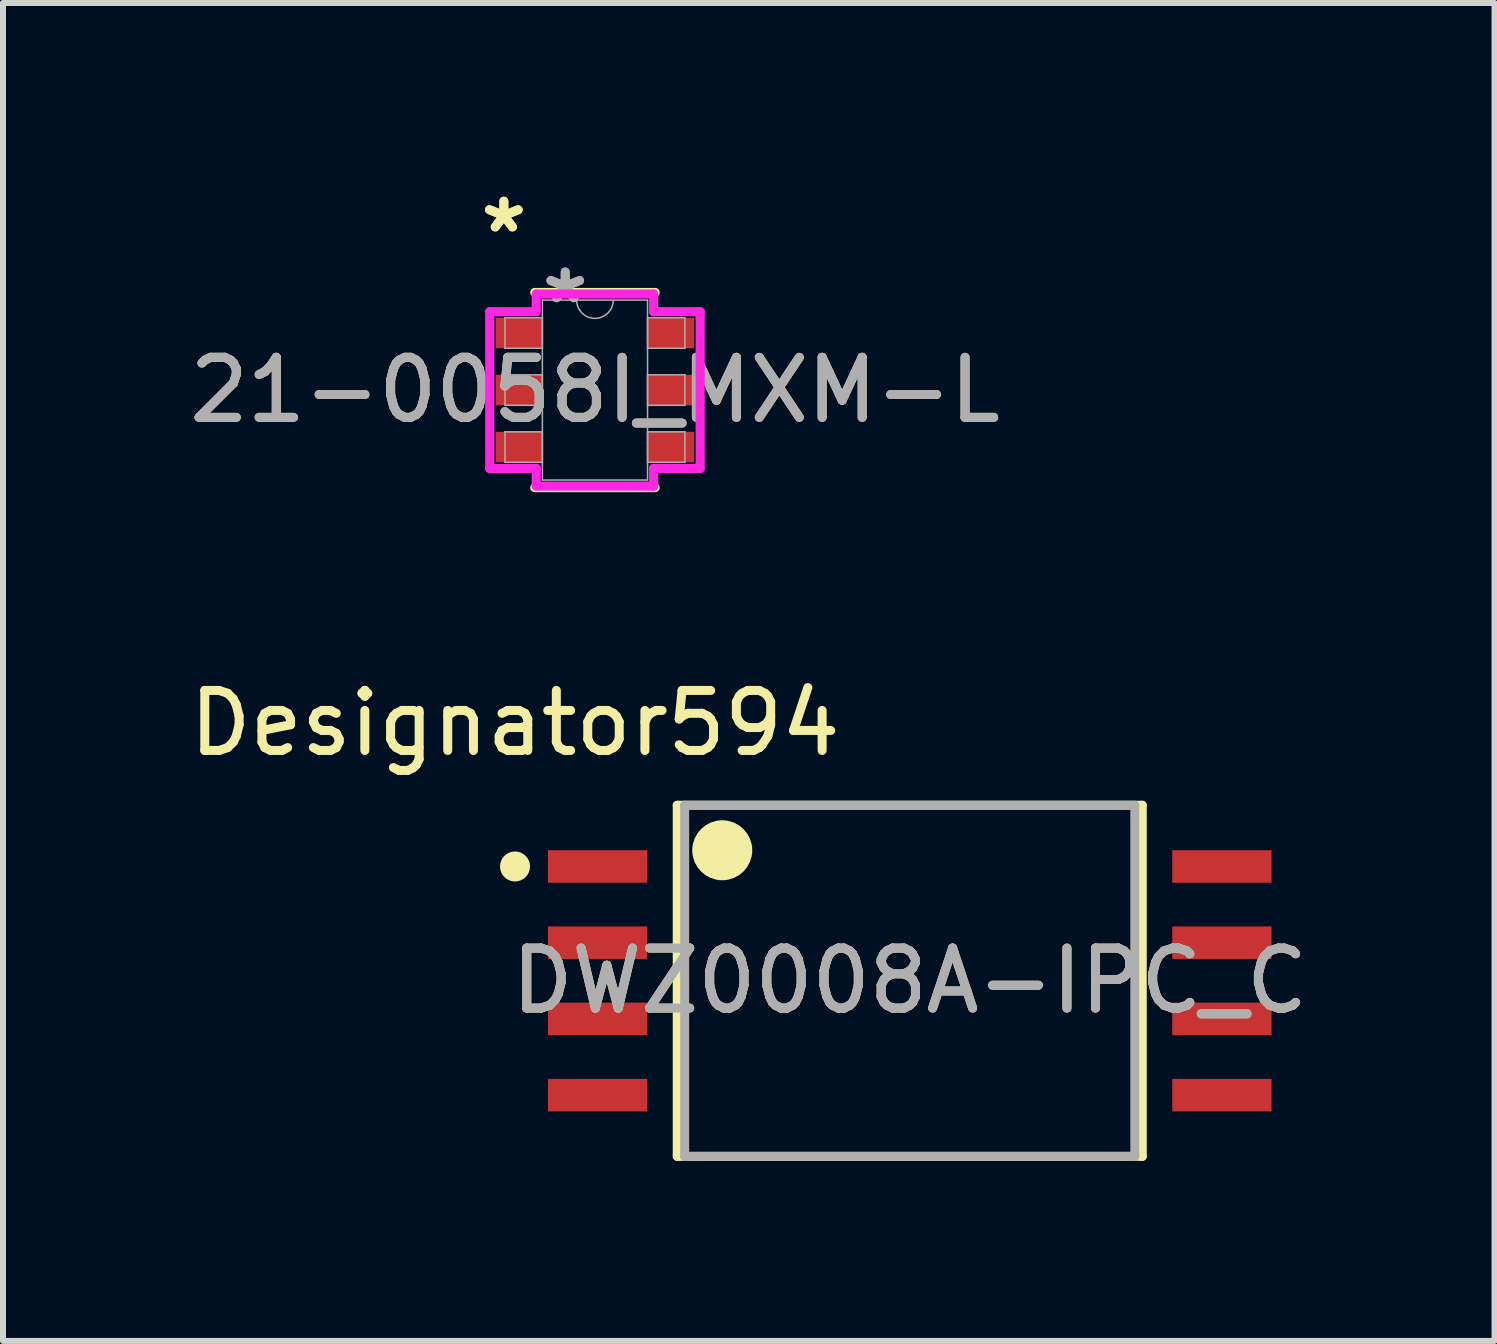
<source format=kicad_pcb>
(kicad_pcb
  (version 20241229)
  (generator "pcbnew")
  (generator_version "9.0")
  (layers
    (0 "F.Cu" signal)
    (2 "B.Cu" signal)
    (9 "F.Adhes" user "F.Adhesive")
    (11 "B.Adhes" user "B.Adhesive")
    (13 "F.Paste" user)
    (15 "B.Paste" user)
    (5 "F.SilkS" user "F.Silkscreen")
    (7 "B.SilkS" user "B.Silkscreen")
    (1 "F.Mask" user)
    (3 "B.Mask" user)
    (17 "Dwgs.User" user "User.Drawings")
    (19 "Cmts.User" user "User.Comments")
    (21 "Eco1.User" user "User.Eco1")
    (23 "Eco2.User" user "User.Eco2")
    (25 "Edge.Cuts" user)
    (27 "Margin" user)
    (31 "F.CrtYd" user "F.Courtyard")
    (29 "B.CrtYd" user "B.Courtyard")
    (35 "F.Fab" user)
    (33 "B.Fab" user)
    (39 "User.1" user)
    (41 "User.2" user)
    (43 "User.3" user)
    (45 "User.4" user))
  (footprint "DWZ0008A-IPC_C"
    (layer "F.Cu")
    (at 12.108 13.292)
    (property "Reference" "DWZ0008A-IPC_C" (at 0 0 0) (unlocked yes) (layer "F.SilkS") (effects (font (size 1 1) (thickness 0.15))))
    (attr smd)
    (fp_line (start -3.874 -2.925) (end 3.874 -2.925) (stroke (width 0.15) (type solid)) (layer "F.SilkS"))
    (fp_line (start -3.874 2.925) (end -3.874 -2.925) (stroke (width 0.15) (type solid)) (layer "F.SilkS"))
    (fp_line (start -3.874 2.925) (end 3.874 2.925) (stroke (width 0.15) (type solid)) (layer "F.SilkS"))
    (fp_line (start 3.874 2.925) (end 3.874 -2.925) (stroke (width 0.15) (type solid)) (layer "F.SilkS"))
    (fp_circle (center -6.577 -1.905) (end -6.452 -1.905) (stroke (width 0.25) (type solid)) (fill no) (layer "F.SilkS"))
    (fp_circle (center -3.124 -2.175) (end -2.874 -2.175) (stroke (width 0.5) (type solid)) (fill no) (layer "F.SilkS"))
    (fp_line (start -3.75 -2.925) (end 3.75 -2.925) (stroke (width 0.15) (type solid)) (layer "F.Fab"))
    (fp_line (start -3.75 2.925) (end -3.75 -2.925) (stroke (width 0.15) (type solid)) (layer "F.Fab"))
    (fp_line (start -3.75 2.925) (end 3.75 2.925) (stroke (width 0.15) (type solid)) (layer "F.Fab"))
    (fp_line (start 3.75 2.925) (end 3.75 -2.925) (stroke (width 0.15) (type solid)) (layer "F.Fab"))
    (fp_text user "Designator594" (at -6.579 -4.293 0) (unlocked yes) (layer "F.SilkS") (effects (font (size 1 1) (thickness 0.15))))
    (fp_text user "${REFERENCE}" (at 0 0 0) (unlocked yes) (layer "F.Fab") (effects (font (size 1 1) (thickness 0.15))))
    (pad "1" smd rect (at -5.201 -1.905) (size 1.654 0.542) (layers "F.Cu" "F.Mask" "F.Paste"))
    (pad "2" smd rect (at -5.201 -0.635) (size 1.654 0.542) (layers "F.Cu" "F.Mask" "F.Paste"))
    (pad "3" smd rect (at -5.201 0.635) (size 1.654 0.542) (layers "F.Cu" "F.Mask" "F.Paste"))
    (pad "4" smd rect (at -5.201 1.905) (size 1.654 0.542) (layers "F.Cu" "F.Mask" "F.Paste"))
    (pad "5" smd rect (at 5.201 1.905) (size 1.654 0.542) (layers "F.Cu" "F.Mask" "F.Paste"))
    (pad "6" smd rect (at 5.201 0.635) (size 1.654 0.542) (layers "F.Cu" "F.Mask" "F.Paste"))
    (pad "7" smd rect (at 5.201 -0.635) (size 1.654 0.542) (layers "F.Cu" "F.Mask" "F.Paste"))
    (pad "8" smd rect (at 5.201 -1.905) (size 1.654 0.542) (layers "F.Cu" "F.Mask" "F.Paste")))
  (footprint "21-0058I_MXM-L"
    (layer "F.Cu")
    (at 6.863 3.449)
    (property "Reference" "21-0058I_MXM-L" (at 0 0 0) (unlocked yes) (layer "F.SilkS") (effects (font (size 1 1) (thickness 0.15))))
    (attr smd)
    (fp_line (start -1.003 1.626) (end 1.003 1.626) (stroke (width 0.152) (type solid)) (layer "F.SilkS"))
    (fp_line (start 1.003 -1.626) (end -1.003 -1.626) (stroke (width 0.152) (type solid)) (layer "F.SilkS"))
    (fp_line (start -1.753 -1.306) (end -0.978 -1.306) (stroke (width 0.152) (type solid)) (layer "F.CrtYd"))
    (fp_line (start -1.753 1.306) (end -1.753 -1.306) (stroke (width 0.152) (type solid)) (layer "F.CrtYd"))
    (fp_line (start -1.753 1.306) (end -0.978 1.306) (stroke (width 0.152) (type solid)) (layer "F.CrtYd"))
    (fp_line (start -0.978 -1.6) (end 0.978 -1.6) (stroke (width 0.152) (type solid)) (layer "F.CrtYd"))
    (fp_line (start -0.978 -1.306) (end -0.978 -1.6) (stroke (width 0.152) (type solid)) (layer "F.CrtYd"))
    (fp_line (start -0.978 1.6) (end -0.978 1.306) (stroke (width 0.152) (type solid)) (layer "F.CrtYd"))
    (fp_line (start 0.978 -1.6) (end 0.978 -1.306) (stroke (width 0.152) (type solid)) (layer "F.CrtYd"))
    (fp_line (start 0.978 1.306) (end 0.978 1.6) (stroke (width 0.152) (type solid)) (layer "F.CrtYd"))
    (fp_line (start 0.978 1.6) (end -0.978 1.6) (stroke (width 0.152) (type solid)) (layer "F.CrtYd"))
    (fp_line (start 1.753 -1.306) (end 0.978 -1.306) (stroke (width 0.152) (type solid)) (layer "F.CrtYd"))
    (fp_line (start 1.753 -1.306) (end 1.753 1.306) (stroke (width 0.152) (type solid)) (layer "F.CrtYd"))
    (fp_line (start 1.753 1.306) (end 0.978 1.306) (stroke (width 0.152) (type solid)) (layer "F.CrtYd"))
    (fp_line (start -1.499 -1.204) (end -1.499 -0.696) (stroke (width 0.025) (type solid)) (layer "F.Fab"))
    (fp_line (start -1.499 -0.696) (end -0.876 -0.696) (stroke (width 0.025) (type solid)) (layer "F.Fab"))
    (fp_line (start -1.499 -0.254) (end -1.499 0.254) (stroke (width 0.025) (type solid)) (layer "F.Fab"))
    (fp_line (start -1.499 0.254) (end -0.876 0.254) (stroke (width 0.025) (type solid)) (layer "F.Fab"))
    (fp_line (start -1.499 0.696) (end -1.499 1.204) (stroke (width 0.025) (type solid)) (layer "F.Fab"))
    (fp_line (start -1.499 1.204) (end -0.876 1.204) (stroke (width 0.025) (type solid)) (layer "F.Fab"))
    (fp_line (start -0.876 -1.499) (end -0.876 1.499) (stroke (width 0.025) (type solid)) (layer "F.Fab"))
    (fp_line (start -0.876 -1.204) (end -1.499 -1.204) (stroke (width 0.025) (type solid)) (layer "F.Fab"))
    (fp_line (start -0.876 -0.696) (end -0.876 -1.204) (stroke (width 0.025) (type solid)) (layer "F.Fab"))
    (fp_line (start -0.876 -0.254) (end -1.499 -0.254) (stroke (width 0.025) (type solid)) (layer "F.Fab"))
    (fp_line (start -0.876 0.254) (end -0.876 -0.254) (stroke (width 0.025) (type solid)) (layer "F.Fab"))
    (fp_line (start -0.876 0.696) (end -1.499 0.696) (stroke (width 0.025) (type solid)) (layer "F.Fab"))
    (fp_line (start -0.876 1.204) (end -0.876 0.696) (stroke (width 0.025) (type solid)) (layer "F.Fab"))
    (fp_line (start -0.876 1.499) (end 0.876 1.499) (stroke (width 0.025) (type solid)) (layer "F.Fab"))
    (fp_line (start 0.876 -1.499) (end -0.876 -1.499) (stroke (width 0.025) (type solid)) (layer "F.Fab"))
    (fp_line (start 0.876 -1.204) (end 0.876 -0.696) (stroke (width 0.025) (type solid)) (layer "F.Fab"))
    (fp_line (start 0.876 -0.696) (end 1.499 -0.696) (stroke (width 0.025) (type solid)) (layer "F.Fab"))
    (fp_line (start 0.876 -0.254) (end 0.876 0.254) (stroke (width 0.025) (type solid)) (layer "F.Fab"))
    (fp_line (start 0.876 0.254) (end 1.499 0.254) (stroke (width 0.025) (type solid)) (layer "F.Fab"))
    (fp_line (start 0.876 0.696) (end 0.876 1.204) (stroke (width 0.025) (type solid)) (layer "F.Fab"))
    (fp_line (start 0.876 1.204) (end 1.499 1.204) (stroke (width 0.025) (type solid)) (layer "F.Fab"))
    (fp_line (start 0.876 1.499) (end 0.876 -1.499) (stroke (width 0.025) (type solid)) (layer "F.Fab"))
    (fp_line (start 1.499 -1.204) (end 0.876 -1.204) (stroke (width 0.025) (type solid)) (layer "F.Fab"))
    (fp_line (start 1.499 -0.696) (end 1.499 -1.204) (stroke (width 0.025) (type solid)) (layer "F.Fab"))
    (fp_line (start 1.499 -0.254) (end 0.876 -0.254) (stroke (width 0.025) (type solid)) (layer "F.Fab"))
    (fp_line (start 1.499 0.254) (end 1.499 -0.254) (stroke (width 0.025) (type solid)) (layer "F.Fab"))
    (fp_line (start 1.499 0.696) (end 0.876 0.696) (stroke (width 0.025) (type solid)) (layer "F.Fab"))
    (fp_line (start 1.499 1.204) (end 1.499 0.696) (stroke (width 0.025) (type solid)) (layer "F.Fab"))
    (fp_arc (start 0.3048 -1.4986) (mid 0 -1.1938) (end -0.3048 -1.4986) (stroke (width 0.0254) (type solid)) (layer "F.Fab"))
    (fp_text user "*" (at -1.518 -2.601 0) (layer "F.SilkS") (effects (font (size 1 1) (thickness 0.15))))
    (fp_text user "*" (at -1.518 -2.601 0) (unlocked yes) (layer "F.SilkS") (effects (font (size 1 1) (thickness 0.15))))
    (fp_text user "${REFERENCE}" (at 0 0 0) (unlocked yes) (layer "F.Fab") (effects (font (size 1 1) (thickness 0.15))))
    (fp_text user "*" (at -0.495 -1.422 0) (unlocked yes) (layer "F.Fab") (effects (font (size 1 1) (thickness 0.15))))
    (fp_text user "*" (at -0.495 -1.422 0) (layer "F.Fab") (effects (font (size 1 1) (thickness 0.15))))
    (pad "1" smd rect (at -1.264 -0.95) (size 0.775 0.508) (layers "F.Cu" "F.Mask" "F.Paste"))
    (pad "2" smd rect (at -1.264 0) (size 0.775 0.508) (layers "F.Cu" "F.Mask" "F.Paste"))
    (pad "3" smd rect (at -1.264 0.95) (size 0.775 0.508) (layers "F.Cu" "F.Mask" "F.Paste"))
    (pad "4" smd rect (at 1.264 0.95) (size 0.775 0.508) (layers "F.Cu" "F.Mask" "F.Paste"))
    (pad "5" smd rect (at 1.264 0) (size 0.775 0.508) (layers "F.Cu" "F.Mask" "F.Paste"))
    (pad "6" smd rect (at 1.264 -0.95) (size 0.775 0.508) (layers "F.Cu" "F.Mask" "F.Paste")))
  (gr_rect
    (start -3 -3)
    (end 21.852 19.292)
    (stroke (width 0.1) (type default))
    (fill no)
    (layer "Edge.Cuts")))
</source>
